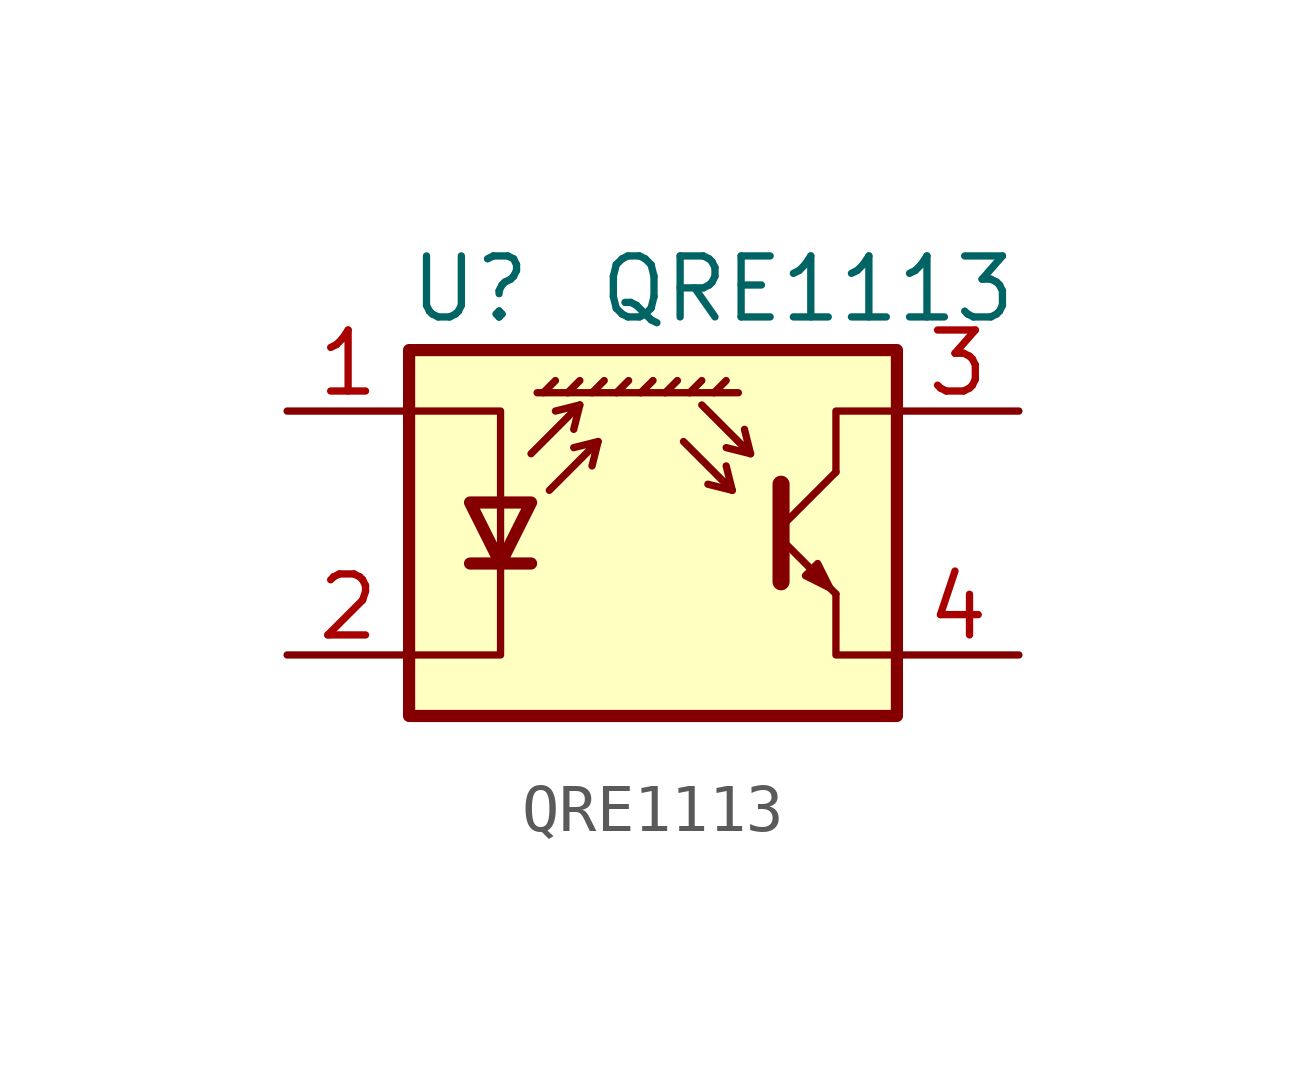
<source format=kicad_sym>
(kicad_symbol_lib
  (version 20211014)
  (generator kicad_symbol_editor)
  (symbol "QRE1113"
    (pin_names
      (offset 0.025) hide)
    (property "Reference" "U"
      (at -3.81 5.08 0)
      (effects (font (size 1.27 1.27))))
    (property "Value" "QRE1113"
      (at 7.62 5.08 0)
      (effects (font (size 1.27 1.27)) (justify right)))
    (symbol "QRE1113_0_1"
      (polyline (pts (xy -3.81 -0.635) (xy -2.54 -0.635)) (stroke (width 0.254) (type default) (color 0 0 0 0)) (fill (type none)))
      (polyline (pts (xy -2.286 2.921) (xy -2.032 3.175)) (stroke (width 0) (type default) (color 0 0 0 0)) (fill (type none)))
      (polyline (pts (xy -1.778 2.921) (xy -1.524 3.175)) (stroke (width 0) (type default) (color 0 0 0 0)) (fill (type none)))
      (polyline (pts (xy -1.524 2.667) (xy -1.651 2.159)) (stroke (width 0) (type default) (color 0 0 0 0)) (fill (type none)))
      (polyline (pts (xy -1.27 2.921) (xy -1.016 3.175)) (stroke (width 0) (type default) (color 0 0 0 0)) (fill (type none)))
      (polyline (pts (xy -1.143 1.905) (xy -1.27 1.397)) (stroke (width 0) (type default) (color 0 0 0 0)) (fill (type none)))
      (polyline (pts (xy -0.762 2.921) (xy -0.508 3.175)) (stroke (width 0) (type default) (color 0 0 0 0)) (fill (type none)))
      (polyline (pts (xy -0.254 2.921) (xy 0 3.175)) (stroke (width 0) (type default) (color 0 0 0 0)) (fill (type none)))
      (polyline (pts (xy 0.254 2.921) (xy 0.508 3.175)) (stroke (width 0) (type default) (color 0 0 0 0)) (fill (type none)))
      (polyline (pts (xy 0.762 2.921) (xy 1.016 3.175)) (stroke (width 0) (type default) (color 0 0 0 0)) (fill (type none)))
      (polyline (pts (xy 1.27 2.921) (xy 1.524 3.175)) (stroke (width 0) (type default) (color 0 0 0 0)) (fill (type none)))
      (polyline (pts (xy 1.651 0.889) (xy 1.143 1.016)) (stroke (width 0) (type default) (color 0 0 0 0)) (fill (type none)))
      (polyline (pts (xy 1.778 2.921) (xy -2.413 2.921)) (stroke (width 0) (type default) (color 0 0 0 0)) (fill (type none)))
      (polyline (pts (xy 2.032 1.651) (xy 1.524 1.778)) (stroke (width 0) (type default) (color 0 0 0 0)) (fill (type none)))
      (polyline (pts (xy 2.667 -0.127) (xy 3.81 -1.27)) (stroke (width 0) (type default) (color 0 0 0 0)) (fill (type none)))
      (polyline (pts (xy 2.667 0.127) (xy 3.81 1.27)) (stroke (width 0) (type default) (color 0 0 0 0)) (fill (type none)))
      (polyline (pts (xy -2.54 1.651) (xy -1.524 2.667) (xy -2.032 2.54)) (stroke (width 0) (type default) (color 0 0 0 0)) (fill (type none)))
      (polyline (pts (xy -2.159 0.889) (xy -1.143 1.905) (xy -1.651 1.778)) (stroke (width 0) (type default) (color 0 0 0 0)) (fill (type none)))
      (polyline (pts (xy 0.635 1.905) (xy 1.651 0.889) (xy 1.524 1.397)) (stroke (width 0) (type default) (color 0 0 0 0)) (fill (type none)))
      (polyline (pts (xy 1.016 2.667) (xy 2.032 1.651) (xy 1.905 2.159)) (stroke (width 0) (type default) (color 0 0 0 0)) (fill (type none)))
      (polyline (pts (xy 2.667 1.016) (xy 2.667 -1.016) (xy 2.667 -1.016)) (stroke (width 0.356) (type default) (color 0 0 0 0)) (fill (type none)))
      (polyline (pts (xy 3.81 -1.27) (xy 3.81 -2.54) (xy 5.08 -2.54)) (stroke (width 0) (type default) (color 0 0 0 0)) (fill (type none)))
      (polyline (pts (xy 3.81 1.27) (xy 3.81 2.54) (xy 5.08 2.54)) (stroke (width 0) (type default) (color 0 0 0 0)) (fill (type none)))
      (polyline (pts (xy -5.08 -2.54) (xy -3.175 -2.54) (xy -3.175 2.54) (xy -5.08 2.54)) (stroke (width 0) (type default) (color 0 0 0 0)) (fill (type none)))
      (polyline (pts (xy -3.175 -0.635) (xy -3.81 0.635) (xy -2.54 0.635) (xy -3.175 -0.635)) (stroke (width 0.254) (type default) (color 0 0 0 0)) (fill (type none)))
      (polyline (pts (xy 3.683 -1.143) (xy 3.429 -0.635) (xy 3.175 -0.889) (xy 3.683 -1.143)) (stroke (width 0) (type default) (color 0 0 0 0)) (fill (type none)))
      (polyline (pts (xy -5.08 -3.81) (xy 5.08 -3.81) (xy 5.08 3.81) (xy -5.08 3.81) (xy -5.08 -3.81)) (stroke (width 0.254) (type default) (color 0 0 0 0)) (fill (type background))))
    (symbol "QRE1113_1_1"
      (pin passive line (at -7.62 2.54 0) (length 2.54) (name "A" (effects (font (size 1.27 1.27)))) (number "1" (effects (font (size 1.27 1.27)))))
      (pin passive line (at -7.62 -2.54 0) (length 2.54) (name "K" (effects (font (size 1.27 1.27)))) (number "2" (effects (font (size 1.27 1.27)))))
      (pin open_collector line (at 7.62 2.54 180) (length 2.54) (name "~" (effects (font (size 1.27 1.27)))) (number "3" (effects (font (size 1.27 1.27)))))
      (pin open_emitter line (at 7.62 -2.54 180) (length 2.54) (name "~" (effects (font (size 1.27 1.27)))) (number "4" (effects (font (size 1.27 1.27))))))))
</source>
